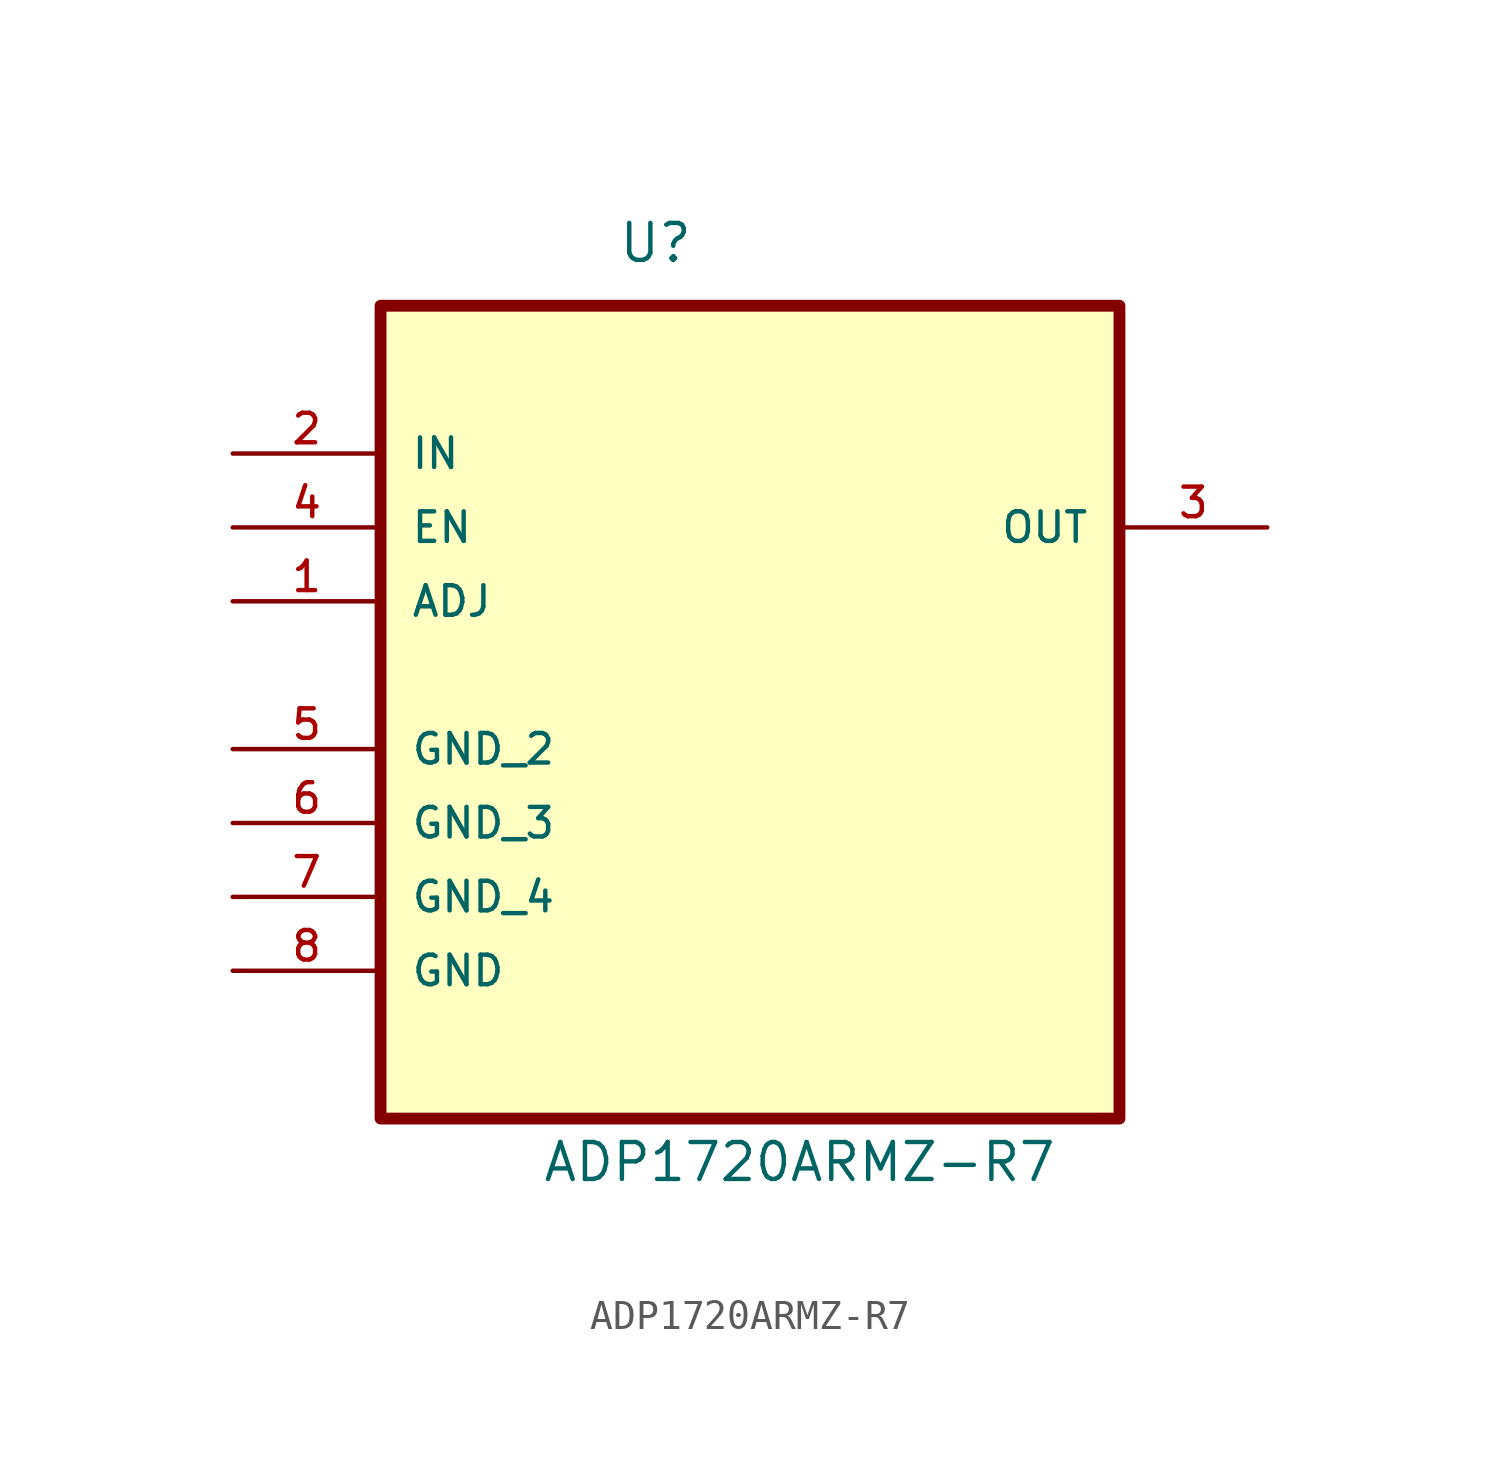
<source format=kicad_sym>
(kicad_symbol_lib
  (version 20211014)
  (generator kicad_symbol_editor)
  (symbol "ADP1720ARMZ-R7"
    (pin_names
      (offset 1.016))
    (property "Reference" "U"
      (at -4.553 11.573 0.0)
      (effects (font (size 1.27 1.27)) (justify bottom left)))
    (property "Value" "ADP1720ARMZ-R7"
      (at -7.164 -20.019 0.0)
      (effects (font (size 1.27 1.27)) (justify bottom left)))
    (symbol "ADP1720ARMZ-R7_0_0"
      (rectangle (start -12.7 -17.78) (end 12.7 10.16) (stroke (width 0.406)) (fill (type background)))
      (pin passive line (at -17.78 5.08 0) (length 5.08) (name "IN" (effects (font (size 1.016 1.016)))) (number "2" (effects (font (size 1.016 1.016)))))
      (pin passive line (at -17.78 2.54 0) (length 5.08) (name "EN" (effects (font (size 1.016 1.016)))) (number "4" (effects (font (size 1.016 1.016)))))
      (pin passive line (at -17.78 0.0 0) (length 5.08) (name "ADJ" (effects (font (size 1.016 1.016)))) (number "1" (effects (font (size 1.016 1.016)))))
      (pin passive line (at -17.78 -5.08 0) (length 5.08) (name "GND_2" (effects (font (size 1.016 1.016)))) (number "5" (effects (font (size 1.016 1.016)))))
      (pin passive line (at -17.78 -7.62 0) (length 5.08) (name "GND_3" (effects (font (size 1.016 1.016)))) (number "6" (effects (font (size 1.016 1.016)))))
      (pin passive line (at -17.78 -10.16 0) (length 5.08) (name "GND_4" (effects (font (size 1.016 1.016)))) (number "7" (effects (font (size 1.016 1.016)))))
      (pin passive line (at -17.78 -12.7 0) (length 5.08) (name "GND" (effects (font (size 1.016 1.016)))) (number "8" (effects (font (size 1.016 1.016)))))
      (pin passive line (at 17.78 2.54 180.0) (length 5.08) (name "OUT" (effects (font (size 1.016 1.016)))) (number "3" (effects (font (size 1.016 1.016))))))))
</source>
